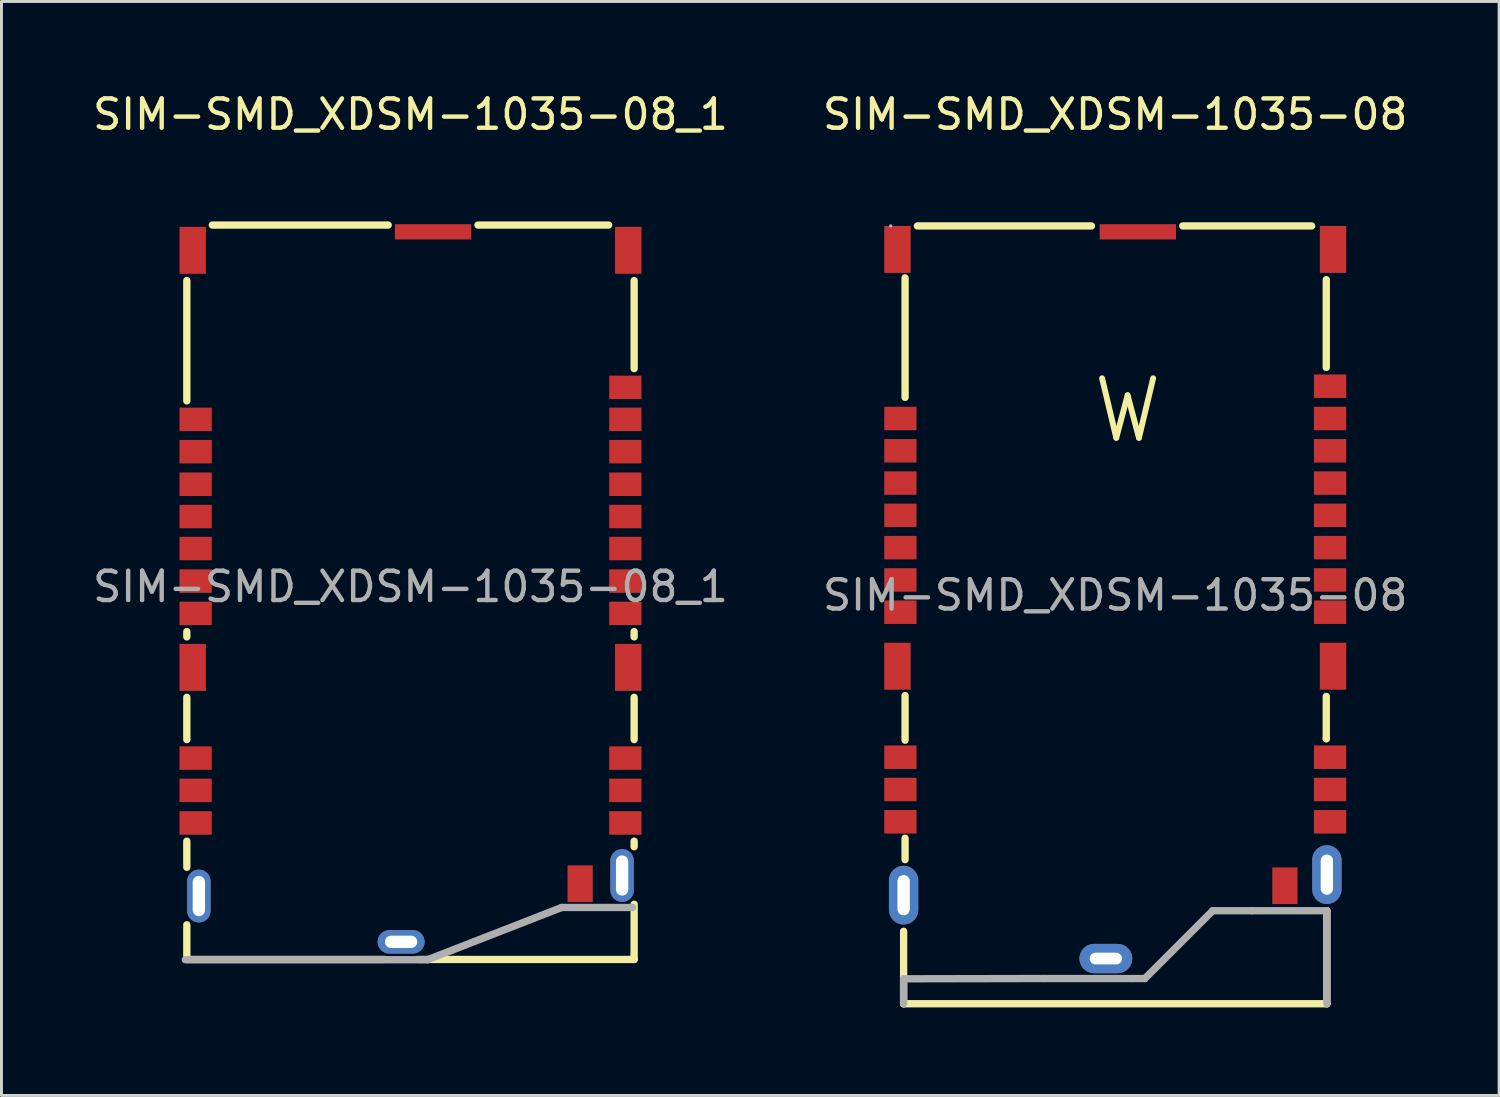
<source format=kicad_pcb>
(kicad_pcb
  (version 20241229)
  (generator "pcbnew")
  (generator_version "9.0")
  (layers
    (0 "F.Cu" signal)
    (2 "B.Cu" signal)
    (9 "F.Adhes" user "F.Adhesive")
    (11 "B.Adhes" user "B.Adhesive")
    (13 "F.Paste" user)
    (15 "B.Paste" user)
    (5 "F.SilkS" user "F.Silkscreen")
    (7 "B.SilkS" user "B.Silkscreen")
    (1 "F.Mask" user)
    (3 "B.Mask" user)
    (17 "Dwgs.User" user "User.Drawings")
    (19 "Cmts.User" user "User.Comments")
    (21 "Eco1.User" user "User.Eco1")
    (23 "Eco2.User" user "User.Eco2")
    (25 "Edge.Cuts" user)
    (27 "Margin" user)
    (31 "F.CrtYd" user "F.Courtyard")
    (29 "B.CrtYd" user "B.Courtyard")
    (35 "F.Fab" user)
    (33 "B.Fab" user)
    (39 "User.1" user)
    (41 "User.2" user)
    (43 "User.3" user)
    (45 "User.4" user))
  (footprint "SIM-SMD_XDSM-1035-08"
    (layer "F.Cu")
    (at 34.946 17.228)
    (property "Reference" "SIM-SMD_XDSM-1035-08" (at 0 -16.38 0) (layer "F.SilkS") (effects (font (size 1 1) (thickness 0.15))))
    (attr through_hole)
    (fp_line (start -7.21 11.45) (end -7.21 13.92) (stroke (width 0.25) (type solid)) (layer "F.SilkS"))
    (fp_line (start -7.21 13.92) (end 7.21 13.92) (stroke (width 0.25) (type solid)) (layer "F.SilkS"))
    (fp_line (start -7.16 -10.81) (end -7.16 -6.74) (stroke (width 0.25) (type solid)) (layer "F.SilkS"))
    (fp_line (start -7.16 3.42) (end -7.16 4.94) (stroke (width 0.25) (type solid)) (layer "F.SilkS"))
    (fp_line (start -7.16 8.28) (end -7.16 9.01) (stroke (width 0.25) (type solid)) (layer "F.SilkS"))
    (fp_line (start -6.74 -12.58) (end -0.81 -12.58) (stroke (width 0.25) (type solid)) (layer "F.SilkS"))
    (fp_line (start 2.3 -12.58) (end 6.69 -12.58) (stroke (width 0.25) (type solid)) (layer "F.SilkS"))
    (fp_line (start 7.19 -10.75) (end 7.19 -7.76) (stroke (width 0.25) (type solid)) (layer "F.SilkS"))
    (fp_line (start 7.19 3.45) (end 7.19 4.89) (stroke (width 0.25) (type solid)) (layer "F.SilkS"))
    (fp_line (start 7.19 4.89) (end 7.19 4.89) (stroke (width 0.25) (type solid)) (layer "F.SilkS"))
    (fp_line (start 7.21 13.92) (end 7.21 10.75) (stroke (width 0.25) (type solid)) (layer "F.SilkS"))
    (fp_line (start -7.21 13.07) (end -7.21 13.92) (stroke (width 0.25) (type solid)) (layer "F.Fab"))
    (fp_line (start -2.42 13.06) (end -7.21 13.07) (stroke (width 0.25) (type solid)) (layer "F.Fab"))
    (fp_line (start -2.42 13.06) (end 0.58 13.06) (stroke (width 0.25) (type solid)) (layer "F.Fab"))
    (fp_line (start 0.58 13.06) (end 1.01 13.06) (stroke (width 0.25) (type solid)) (layer "F.Fab"))
    (fp_line (start 1.01 13.06) (end 3.32 10.75) (stroke (width 0.25) (type solid)) (layer "F.Fab"))
    (fp_line (start 4.67 10.75) (end 3.32 10.75) (stroke (width 0.25) (type solid)) (layer "F.Fab"))
    (fp_line (start 7.21 10.75) (end 4.67 10.75) (stroke (width 0.25) (type solid)) (layer "F.Fab"))
    (fp_line (start 7.21 10.75) (end 7.21 13.92) (stroke (width 0.25) (type solid)) (layer "F.Fab"))
    (fp_circle (center -7.65 -12.58) (end -7.62 -12.58) (stroke (width 0.06) (type solid)) (fill no) (layer "F.Fab"))
    (fp_text user "W" (at -0.87 -6.29 0) (layer "F.SilkS") (effects (font (size 2.03 2.03) (thickness 0.2)) (justify left)))
    (fp_text user "${REFERENCE}" (at 0 0 0) (layer "F.Fab") (effects (font (size 1 1) (thickness 0.15))))
    (pad "1" smd rect (at -7.32 -6.02 270) (size 0.8 1.1) (layers "F.Cu" "F.Mask" "F.Paste"))
    (pad "2" smd rect (at -7.32 -4.92 270) (size 0.8 1.1) (layers "F.Cu" "F.Mask" "F.Paste"))
    (pad "3" smd rect (at -7.32 -3.82 270) (size 0.8 1.1) (layers "F.Cu" "F.Mask" "F.Paste"))
    (pad "4" smd rect (at -7.32 -2.72 270) (size 0.8 1.1) (layers "F.Cu" "F.Mask" "F.Paste"))
    (pad "5" smd rect (at -7.32 -1.62 270) (size 0.8 1.1) (layers "F.Cu" "F.Mask" "F.Paste"))
    (pad "6" smd rect (at -7.32 -0.52 270) (size 0.8 1.1) (layers "F.Cu" "F.Mask" "F.Paste"))
    (pad "7" smd rect (at -7.32 0.58 270) (size 0.8 1.1) (layers "F.Cu" "F.Mask" "F.Paste"))
    (pad "8" smd rect (at -7.32 5.52 270) (size 0.8 1.1) (layers "F.Cu" "F.Mask" "F.Paste"))
    (pad "9" smd rect (at -7.32 6.62 270) (size 0.8 1.1) (layers "F.Cu" "F.Mask" "F.Paste"))
    (pad "10" smd rect (at -7.32 7.72 270) (size 0.8 1.1) (layers "F.Cu" "F.Mask" "F.Paste"))
    (pad "11" smd rect (at 7.32 7.72 270) (size 0.8 1.1) (layers "F.Cu" "F.Mask" "F.Paste"))
    (pad "12" smd rect (at 7.32 6.62 270) (size 0.8 1.1) (layers "F.Cu" "F.Mask" "F.Paste"))
    (pad "13" smd rect (at 7.32 5.52 270) (size 0.8 1.1) (layers "F.Cu" "F.Mask" "F.Paste"))
    (pad "14" smd rect (at 7.32 0.58 270) (size 0.8 1.1) (layers "F.Cu" "F.Mask" "F.Paste"))
    (pad "15" smd rect (at 7.32 -0.52 270) (size 0.8 1.1) (layers "F.Cu" "F.Mask" "F.Paste"))
    (pad "16" smd rect (at 7.32 -1.62 270) (size 0.8 1.1) (layers "F.Cu" "F.Mask" "F.Paste"))
    (pad "17" smd rect (at 7.32 -2.72 270) (size 0.8 1.1) (layers "F.Cu" "F.Mask" "F.Paste"))
    (pad "18" smd rect (at 7.32 -3.82 270) (size 0.8 1.1) (layers "F.Cu" "F.Mask" "F.Paste"))
    (pad "19" smd rect (at 7.32 -4.92 270) (size 0.8 1.1) (layers "F.Cu" "F.Mask" "F.Paste"))
    (pad "20" smd rect (at 7.32 -6.02 270) (size 0.8 1.1) (layers "F.Cu" "F.Mask" "F.Paste"))
    (pad "21" smd rect (at 7.32 -7.12 270) (size 0.8 1.1) (layers "F.Cu" "F.Mask" "F.Paste"))
    (pad "22" smd rect (at 7.42 -11.78 180) (size 0.9 1.6) (layers "F.Cu" "F.Mask" "F.Paste"))
    (pad "23" smd rect (at 0.77 -12.38 270) (size 0.52 2.6) (layers "F.Cu" "F.Mask" "F.Paste"))
    (pad "24" smd rect (at -7.42 -11.78) (size 0.9 1.6) (layers "F.Cu" "F.Mask" "F.Paste"))
    (pad "25" smd rect (at -7.42 2.42 180) (size 0.9 1.6) (layers "F.Cu" "F.Mask" "F.Paste"))
    (pad "26" smd rect (at 7.42 2.42 180) (size 0.9 1.6) (layers "F.Cu" "F.Mask" "F.Paste"))
    (pad "27" smd rect (at 5.78 9.9) (size 0.86 1.25) (layers "F.Cu" "F.Mask" "F.Paste"))
    (pad "28" thru_hole oval (at 7.21 9.52) (size 1 2) (drill oval 0.42 1.37) (layers "*.Cu" "*.Mask"))
    (pad "29" thru_hole oval (at -7.21 10.22) (size 1 2) (drill oval 0.42 1.37) (layers "*.Cu" "*.Mask"))
    (pad "30" thru_hole oval (at -0.32 12.38 270) (size 1 1.8) (drill oval 0.4 1.1) (layers "*.Cu" "*.Mask")))
  (footprint "SIM-SMD_XDSM-1035-08_1"
    (layer "F.Cu")
    (at 10.935 16.938)
    (property "Reference" "SIM-SMD_XDSM-1035-08_1" (at 0 -16.09 0) (layer "F.SilkS") (effects (font (size 1 1) (thickness 0.15))))
    (attr through_hole)
    (fp_line (start -7.62 -10.43) (end -7.62 -6.33) (stroke (width 0.25) (type solid)) (layer "F.SilkS"))
    (fp_line (start -7.62 1.53) (end -7.62 1.71) (stroke (width 0.25) (type solid)) (layer "F.SilkS"))
    (fp_line (start -7.62 3.77) (end -7.62 5.21) (stroke (width 0.25) (type solid)) (layer "F.SilkS"))
    (fp_line (start -7.62 8.67) (end -7.62 9.56) (stroke (width 0.25) (type solid)) (layer "F.SilkS"))
    (fp_line (start -7.62 11.52) (end -7.62 12.7) (stroke (width 0.25) (type solid)) (layer "F.SilkS"))
    (fp_line (start -7.62 12.7) (end -0.89 12.7) (stroke (width 0.25) (type solid)) (layer "F.SilkS"))
    (fp_line (start -0.76 -12.32) (end -6.75 -12.32) (stroke (width 0.25) (type solid)) (layer "F.SilkS"))
    (fp_line (start 0.25 12.7) (end 7.62 12.7) (stroke (width 0.25) (type solid)) (layer "F.SilkS"))
    (fp_line (start 6.75 -12.32) (end 2.3 -12.32) (stroke (width 0.25) (type solid)) (layer "F.SilkS"))
    (fp_line (start 7.62 -7.43) (end 7.62 -10.43) (stroke (width 0.25) (type solid)) (layer "F.SilkS"))
    (fp_line (start 7.62 1.71) (end 7.62 1.53) (stroke (width 0.25) (type solid)) (layer "F.SilkS"))
    (fp_line (start 7.62 5.21) (end 7.62 3.77) (stroke (width 0.25) (type solid)) (layer "F.SilkS"))
    (fp_line (start 7.62 8.86) (end 7.62 8.67) (stroke (width 0.25) (type solid)) (layer "F.SilkS"))
    (fp_line (start 7.62 12.7) (end 7.62 10.82) (stroke (width 0.25) (type solid)) (layer "F.SilkS"))
    (fp_line (start -7.67 12.71) (end 0.58 12.71) (stroke (width 0.25) (type solid)) (layer "F.Fab"))
    (fp_line (start 0.58 12.71) (end 5.15 10.93) (stroke (width 0.25) (type solid)) (layer "F.Fab"))
    (fp_line (start 5.15 10.93) (end 7.57 10.93) (stroke (width 0.25) (type solid)) (layer "F.Fab"))
    (fp_text user "${REFERENCE}" (at 0 0 0) (layer "F.Fab") (effects (font (size 1 1) (thickness 0.15))))
    (pad "1" smd rect (at -7.32 8.05) (size 1.1 0.8) (layers "F.Cu" "F.Mask" "F.Paste"))
    (pad "2" smd rect (at -7.32 6.94) (size 1.1 0.8) (layers "F.Cu" "F.Mask" "F.Paste"))
    (pad "3" smd rect (at -7.32 5.84) (size 1.1 0.8) (layers "F.Cu" "F.Mask" "F.Paste"))
    (pad "4" smd rect (at 7.32 8.05) (size 1.1 0.8) (layers "F.Cu" "F.Mask" "F.Paste"))
    (pad "5" smd rect (at 7.32 6.94) (size 1.1 0.8) (layers "F.Cu" "F.Mask" "F.Paste"))
    (pad "6" smd rect (at 7.32 5.84) (size 1.1 0.8) (layers "F.Cu" "F.Mask" "F.Paste"))
    (pad "7" smd rect (at -7.32 -3.49) (size 1.1 0.8) (layers "F.Cu" "F.Mask" "F.Paste"))
    (pad "8" smd rect (at -7.32 -4.6) (size 1.1 0.8) (layers "F.Cu" "F.Mask" "F.Paste"))
    (pad "9" smd rect (at -7.32 -5.7) (size 1.1 0.8) (layers "F.Cu" "F.Mask" "F.Paste"))
    (pad "10" smd rect (at 7.32 -3.49) (size 1.1 0.8) (layers "F.Cu" "F.Mask" "F.Paste"))
    (pad "11" smd rect (at 7.32 -4.6) (size 1.1 0.8) (layers "F.Cu" "F.Mask" "F.Paste"))
    (pad "12" smd rect (at 7.32 -5.7) (size 1.1 0.8) (layers "F.Cu" "F.Mask" "F.Paste"))
    (pad "13" smd rect (at 7.32 -1.3) (size 1.1 0.8) (layers "F.Cu" "F.Mask" "F.Paste"))
    (pad "14" smd rect (at 7.32 -0.19) (size 1.1 0.8) (layers "F.Cu" "F.Mask" "F.Paste"))
    (pad "15" smd rect (at 7.32 -2.39) (size 1.1 0.8) (layers "F.Cu" "F.Mask" "F.Paste"))
    (pad "16" smd rect (at 7.32 0.91) (size 1.1 0.8) (layers "F.Cu" "F.Mask" "F.Paste"))
    (pad "17" smd rect (at -7.32 0.91) (size 1.1 0.8) (layers "F.Cu" "F.Mask" "F.Paste"))
    (pad "18" smd rect (at -7.32 -2.39) (size 1.1 0.8) (layers "F.Cu" "F.Mask" "F.Paste"))
    (pad "19" smd rect (at -7.32 -0.19) (size 1.1 0.8) (layers "F.Cu" "F.Mask" "F.Paste"))
    (pad "20" smd rect (at -7.32 -1.3) (size 1.1 0.8) (layers "F.Cu" "F.Mask" "F.Paste"))
    (pad "21" smd rect (at 7.32 -6.79) (size 1.1 0.8) (layers "F.Cu" "F.Mask" "F.Paste"))
    (pad "22" smd rect (at 7.42 -11.46) (size 0.9 1.6) (layers "F.Cu" "F.Mask" "F.Paste"))
    (pad "23" smd rect (at 0.77 -12.09) (size 2.6 0.52) (layers "F.Cu" "F.Mask" "F.Paste"))
    (pad "24" smd rect (at -7.42 -11.46) (size 0.9 1.6) (layers "F.Cu" "F.Mask" "F.Paste"))
    (pad "25" smd rect (at -7.42 2.75) (size 0.9 1.6) (layers "F.Cu" "F.Mask" "F.Paste"))
    (pad "26" thru_hole oval (at -7.21 10.54 90) (size 1.8 0.8) (drill oval 1.37 0.42) (layers "*.Cu" "*.Mask"))
    (pad "27" thru_hole oval (at -0.32 12.1) (size 1.6 0.8) (drill oval 1.1 0.42) (layers "*.Cu" "*.Mask"))
    (pad "28" smd rect (at 5.78 10.12) (size 0.86 1.25) (layers "F.Cu" "F.Mask" "F.Paste"))
    (pad "29" thru_hole oval (at 7.21 9.84 90) (size 1.8 0.8) (drill oval 1.37 0.42) (layers "*.Cu" "*.Mask"))
    (pad "30" smd rect (at 7.42 2.75) (size 0.9 1.6) (layers "F.Cu" "F.Mask" "F.Paste")))
  (gr_rect
    (start -3 -3)
    (end 48.024 34.273)
    (stroke (width 0.1) (type default))
    (fill no)
    (layer "Edge.Cuts")))
</source>
